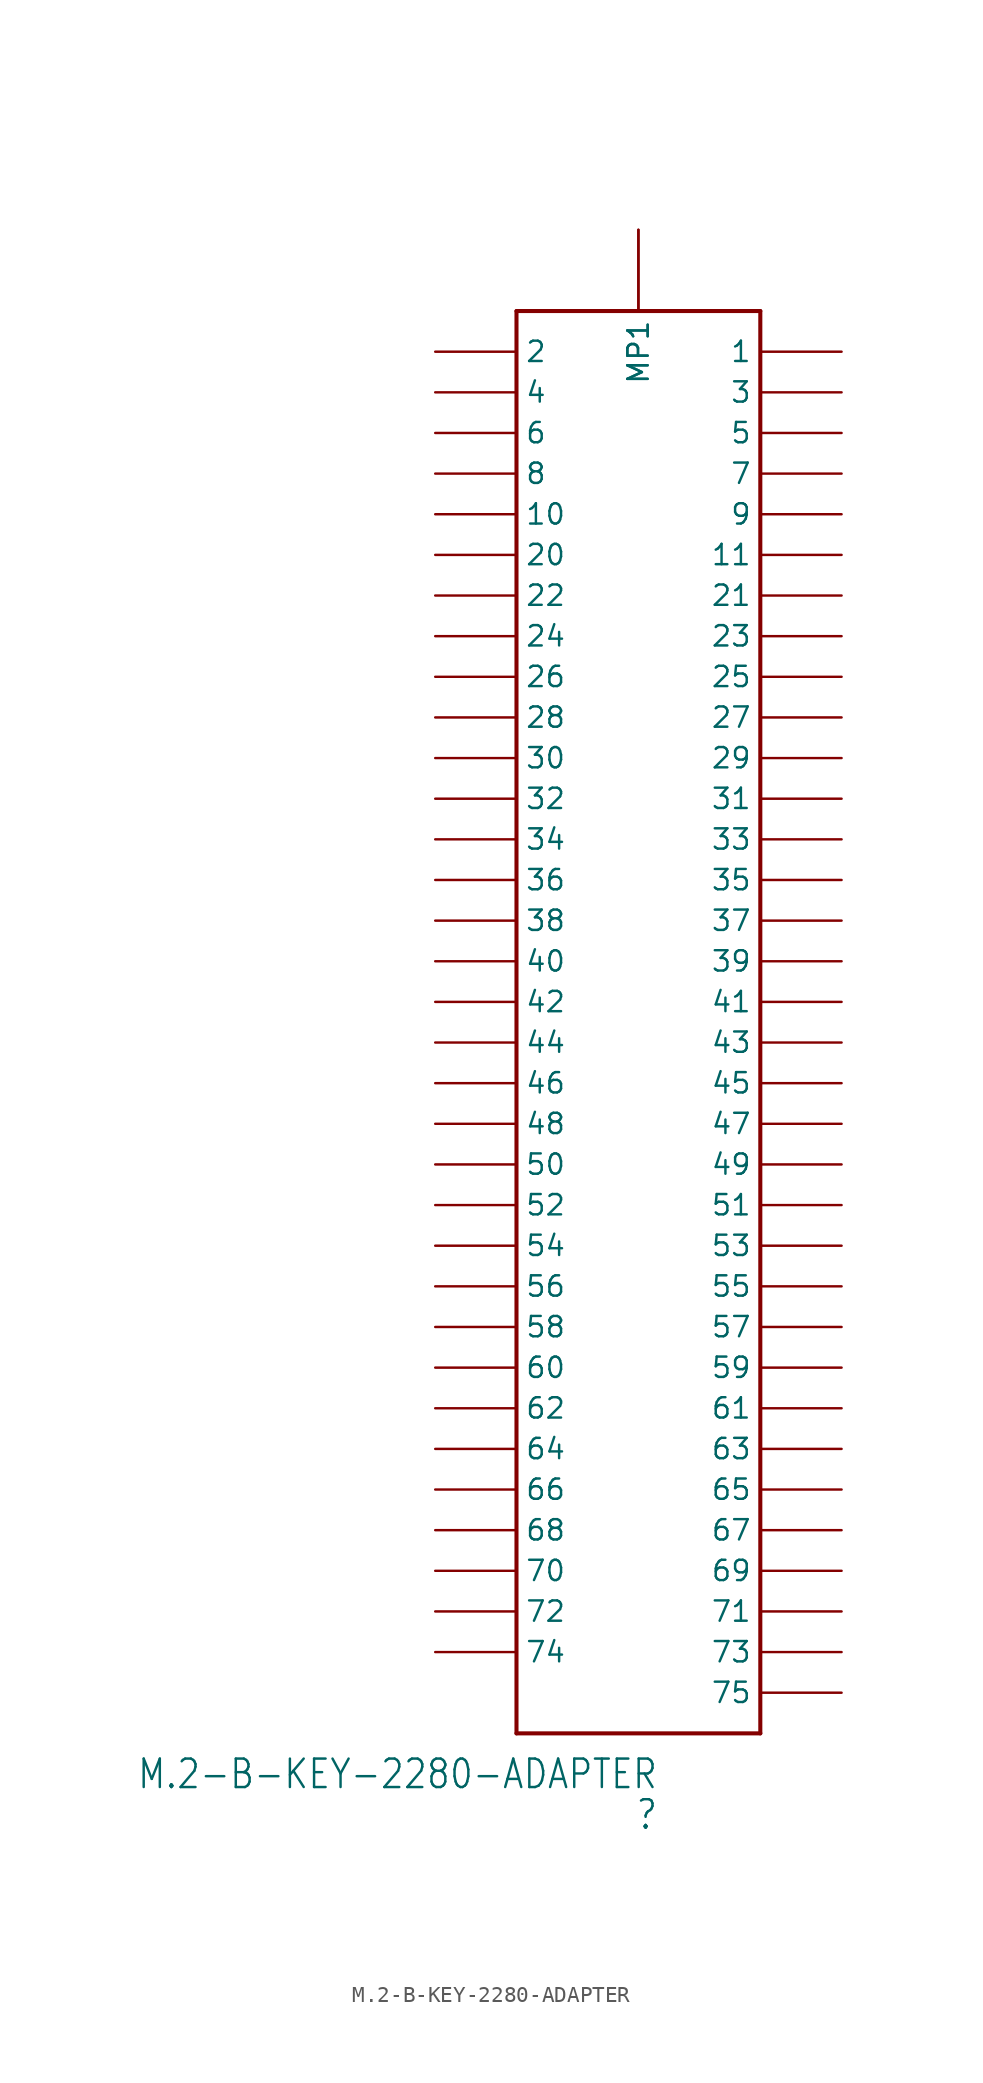
<source format=kicad_sym>
(kicad_symbol_lib
  (version 20200908)
  (generator kicad_symbol_editor)
  (symbol "M.2-B-KEY-2280-ADAPTER"
    (property "Reference" ""
      (at 8.89 -5.08 0)
      (effects (font (size 1.778 1.511)) (justify right)))
    (property "Value" "M.2-B-KEY-2280-ADAPTER"
      (at 8.89 -2.54 0)
      (effects (font (size 1.778 1.511)) (justify right)))
    (property "ki_locked" ""
      (at 0 0 0)
      (effects (font (size 1.27 1.27))))
    (symbol "M.2-B-KEY-2280-ADAPTER_1_0"
      (polyline (pts (xy 15.24 88.9) (xy 15.24 0)) (stroke (width 0.254)) (fill (type none)))
      (polyline (pts (xy 0 0) (xy 15.24 0)) (stroke (width 0.254)) (fill (type none)))
      (polyline (pts (xy 0 0) (xy 0 88.9)) (stroke (width 0.254)) (fill (type none)))
      (polyline (pts (xy 15.24 88.9) (xy 0 88.9)) (stroke (width 0.254)) (fill (type none)))
      (pin bidirectional line (at 20.32 86.36 180) (length 5.08) (name "1" (effects (font (size 1.27 1.27)))) (number "P$1" (effects (font (size 0 0)))))
      (pin bidirectional line (at -5.08 86.36 0) (length 5.08) (name "2" (effects (font (size 1.27 1.27)))) (number "P$2" (effects (font (size 0 0)))))
      (pin bidirectional line (at 20.32 83.82 180) (length 5.08) (name "3" (effects (font (size 1.27 1.27)))) (number "P$3" (effects (font (size 0 0)))))
      (pin bidirectional line (at -5.08 83.82 0) (length 5.08) (name "4" (effects (font (size 1.27 1.27)))) (number "P$4" (effects (font (size 0 0)))))
      (pin bidirectional line (at 20.32 81.28 180) (length 5.08) (name "5" (effects (font (size 1.27 1.27)))) (number "P$5" (effects (font (size 0 0)))))
      (pin bidirectional line (at -5.08 81.28 0) (length 5.08) (name "6" (effects (font (size 1.27 1.27)))) (number "P$6" (effects (font (size 0 0)))))
      (pin bidirectional line (at 20.32 78.74 180) (length 5.08) (name "7" (effects (font (size 1.27 1.27)))) (number "P$7" (effects (font (size 0 0)))))
      (pin bidirectional line (at -5.08 78.74 0) (length 5.08) (name "8" (effects (font (size 1.27 1.27)))) (number "P$8" (effects (font (size 0 0)))))
      (pin bidirectional line (at 20.32 76.2 180) (length 5.08) (name "9" (effects (font (size 1.27 1.27)))) (number "P$9" (effects (font (size 0 0)))))
      (pin bidirectional line (at -5.08 76.2 0) (length 5.08) (name "10" (effects (font (size 1.27 1.27)))) (number "P$10" (effects (font (size 0 0)))))
      (pin bidirectional line (at 20.32 73.66 180) (length 5.08) (name "11" (effects (font (size 1.27 1.27)))) (number "P$11" (effects (font (size 0 0)))))
      (pin bidirectional line (at -5.08 73.66 0) (length 5.08) (name "20" (effects (font (size 1.27 1.27)))) (number "P$20" (effects (font (size 0 0)))))
      (pin bidirectional line (at 20.32 71.12 180) (length 5.08) (name "21" (effects (font (size 1.27 1.27)))) (number "P$21" (effects (font (size 0 0)))))
      (pin bidirectional line (at -5.08 71.12 0) (length 5.08) (name "22" (effects (font (size 1.27 1.27)))) (number "P$22" (effects (font (size 0 0)))))
      (pin bidirectional line (at 20.32 68.58 180) (length 5.08) (name "23" (effects (font (size 1.27 1.27)))) (number "P$23" (effects (font (size 0 0)))))
      (pin bidirectional line (at -5.08 68.58 0) (length 5.08) (name "24" (effects (font (size 1.27 1.27)))) (number "P$24" (effects (font (size 0 0)))))
      (pin bidirectional line (at 20.32 66.04 180) (length 5.08) (name "25" (effects (font (size 1.27 1.27)))) (number "P$25" (effects (font (size 0 0)))))
      (pin bidirectional line (at -5.08 66.04 0) (length 5.08) (name "26" (effects (font (size 1.27 1.27)))) (number "P$26" (effects (font (size 0 0)))))
      (pin bidirectional line (at 20.32 63.5 180) (length 5.08) (name "27" (effects (font (size 1.27 1.27)))) (number "P$27" (effects (font (size 0 0)))))
      (pin bidirectional line (at -5.08 63.5 0) (length 5.08) (name "28" (effects (font (size 1.27 1.27)))) (number "P$28" (effects (font (size 0 0)))))
      (pin bidirectional line (at 20.32 60.96 180) (length 5.08) (name "29" (effects (font (size 1.27 1.27)))) (number "P$29" (effects (font (size 0 0)))))
      (pin bidirectional line (at -5.08 60.96 0) (length 5.08) (name "30" (effects (font (size 1.27 1.27)))) (number "P$30" (effects (font (size 0 0)))))
      (pin bidirectional line (at 20.32 58.42 180) (length 5.08) (name "31" (effects (font (size 1.27 1.27)))) (number "P$31" (effects (font (size 0 0)))))
      (pin bidirectional line (at -5.08 58.42 0) (length 5.08) (name "32" (effects (font (size 1.27 1.27)))) (number "P$32" (effects (font (size 0 0)))))
      (pin bidirectional line (at 20.32 55.88 180) (length 5.08) (name "33" (effects (font (size 1.27 1.27)))) (number "P$33" (effects (font (size 0 0)))))
      (pin bidirectional line (at -5.08 55.88 0) (length 5.08) (name "34" (effects (font (size 1.27 1.27)))) (number "P$34" (effects (font (size 0 0)))))
      (pin bidirectional line (at 20.32 53.34 180) (length 5.08) (name "35" (effects (font (size 1.27 1.27)))) (number "P$35" (effects (font (size 0 0)))))
      (pin bidirectional line (at -5.08 53.34 0) (length 5.08) (name "36" (effects (font (size 1.27 1.27)))) (number "P$36" (effects (font (size 0 0)))))
      (pin bidirectional line (at 20.32 50.8 180) (length 5.08) (name "37" (effects (font (size 1.27 1.27)))) (number "P$37" (effects (font (size 0 0)))))
      (pin bidirectional line (at -5.08 50.8 0) (length 5.08) (name "38" (effects (font (size 1.27 1.27)))) (number "P$38" (effects (font (size 0 0)))))
      (pin bidirectional line (at 20.32 48.26 180) (length 5.08) (name "39" (effects (font (size 1.27 1.27)))) (number "P$39" (effects (font (size 0 0)))))
      (pin bidirectional line (at -5.08 48.26 0) (length 5.08) (name "40" (effects (font (size 1.27 1.27)))) (number "P$40" (effects (font (size 0 0)))))
      (pin bidirectional line (at 20.32 45.72 180) (length 5.08) (name "41" (effects (font (size 1.27 1.27)))) (number "P$41" (effects (font (size 0 0)))))
      (pin bidirectional line (at -5.08 45.72 0) (length 5.08) (name "42" (effects (font (size 1.27 1.27)))) (number "P$42" (effects (font (size 0 0)))))
      (pin bidirectional line (at 20.32 43.18 180) (length 5.08) (name "43" (effects (font (size 1.27 1.27)))) (number "P$43" (effects (font (size 0 0)))))
      (pin bidirectional line (at -5.08 43.18 0) (length 5.08) (name "44" (effects (font (size 1.27 1.27)))) (number "P$44" (effects (font (size 0 0)))))
      (pin bidirectional line (at 20.32 40.64 180) (length 5.08) (name "45" (effects (font (size 1.27 1.27)))) (number "P$45" (effects (font (size 0 0)))))
      (pin bidirectional line (at -5.08 40.64 0) (length 5.08) (name "46" (effects (font (size 1.27 1.27)))) (number "P$46" (effects (font (size 0 0)))))
      (pin bidirectional line (at 20.32 38.1 180) (length 5.08) (name "47" (effects (font (size 1.27 1.27)))) (number "P$47" (effects (font (size 0 0)))))
      (pin bidirectional line (at -5.08 38.1 0) (length 5.08) (name "48" (effects (font (size 1.27 1.27)))) (number "P$48" (effects (font (size 0 0)))))
      (pin bidirectional line (at 20.32 35.56 180) (length 5.08) (name "49" (effects (font (size 1.27 1.27)))) (number "P$49" (effects (font (size 0 0)))))
      (pin bidirectional line (at -5.08 35.56 0) (length 5.08) (name "50" (effects (font (size 1.27 1.27)))) (number "P$50" (effects (font (size 0 0)))))
      (pin bidirectional line (at 20.32 33.02 180) (length 5.08) (name "51" (effects (font (size 1.27 1.27)))) (number "P$51" (effects (font (size 0 0)))))
      (pin bidirectional line (at -5.08 33.02 0) (length 5.08) (name "52" (effects (font (size 1.27 1.27)))) (number "P$52" (effects (font (size 0 0)))))
      (pin bidirectional line (at 20.32 30.48 180) (length 5.08) (name "53" (effects (font (size 1.27 1.27)))) (number "P$53" (effects (font (size 0 0)))))
      (pin bidirectional line (at -5.08 30.48 0) (length 5.08) (name "54" (effects (font (size 1.27 1.27)))) (number "P$54" (effects (font (size 0 0)))))
      (pin bidirectional line (at 20.32 27.94 180) (length 5.08) (name "55" (effects (font (size 1.27 1.27)))) (number "P$55" (effects (font (size 0 0)))))
      (pin bidirectional line (at -5.08 27.94 0) (length 5.08) (name "56" (effects (font (size 1.27 1.27)))) (number "P$56" (effects (font (size 0 0)))))
      (pin bidirectional line (at 20.32 25.4 180) (length 5.08) (name "57" (effects (font (size 1.27 1.27)))) (number "P$57" (effects (font (size 0 0)))))
      (pin bidirectional line (at -5.08 25.4 0) (length 5.08) (name "58" (effects (font (size 1.27 1.27)))) (number "P$58" (effects (font (size 0 0)))))
      (pin bidirectional line (at 20.32 22.86 180) (length 5.08) (name "59" (effects (font (size 1.27 1.27)))) (number "P$59" (effects (font (size 0 0)))))
      (pin bidirectional line (at -5.08 22.86 0) (length 5.08) (name "60" (effects (font (size 1.27 1.27)))) (number "P$60" (effects (font (size 0 0)))))
      (pin bidirectional line (at 20.32 20.32 180) (length 5.08) (name "61" (effects (font (size 1.27 1.27)))) (number "P$61" (effects (font (size 0 0)))))
      (pin bidirectional line (at -5.08 20.32 0) (length 5.08) (name "62" (effects (font (size 1.27 1.27)))) (number "P$62" (effects (font (size 0 0)))))
      (pin bidirectional line (at 20.32 17.78 180) (length 5.08) (name "63" (effects (font (size 1.27 1.27)))) (number "P$63" (effects (font (size 0 0)))))
      (pin bidirectional line (at -5.08 17.78 0) (length 5.08) (name "64" (effects (font (size 1.27 1.27)))) (number "P$64" (effects (font (size 0 0)))))
      (pin bidirectional line (at 20.32 15.24 180) (length 5.08) (name "65" (effects (font (size 1.27 1.27)))) (number "P$65" (effects (font (size 0 0)))))
      (pin bidirectional line (at -5.08 15.24 0) (length 5.08) (name "66" (effects (font (size 1.27 1.27)))) (number "P$66" (effects (font (size 0 0)))))
      (pin bidirectional line (at 20.32 12.7 180) (length 5.08) (name "67" (effects (font (size 1.27 1.27)))) (number "P$67" (effects (font (size 0 0)))))
      (pin bidirectional line (at -5.08 12.7 0) (length 5.08) (name "68" (effects (font (size 1.27 1.27)))) (number "P$68" (effects (font (size 0 0)))))
      (pin bidirectional line (at 20.32 10.16 180) (length 5.08) (name "69" (effects (font (size 1.27 1.27)))) (number "P$69" (effects (font (size 0 0)))))
      (pin bidirectional line (at -5.08 10.16 0) (length 5.08) (name "70" (effects (font (size 1.27 1.27)))) (number "P$70" (effects (font (size 0 0)))))
      (pin bidirectional line (at 20.32 7.62 180) (length 5.08) (name "71" (effects (font (size 1.27 1.27)))) (number "P$71" (effects (font (size 0 0)))))
      (pin bidirectional line (at -5.08 7.62 0) (length 5.08) (name "72" (effects (font (size 1.27 1.27)))) (number "P$72" (effects (font (size 0 0)))))
      (pin bidirectional line (at 20.32 5.08 180) (length 5.08) (name "73" (effects (font (size 1.27 1.27)))) (number "P$73" (effects (font (size 0 0)))))
      (pin bidirectional line (at -5.08 5.08 0) (length 5.08) (name "74" (effects (font (size 1.27 1.27)))) (number "P$74" (effects (font (size 0 0)))))
      (pin bidirectional line (at 20.32 2.54 180) (length 5.08) (name "75" (effects (font (size 1.27 1.27)))) (number "P$75" (effects (font (size 0 0)))))
      (pin bidirectional line (at 7.62 93.98 270) (length 5.08) (name "MP1" (effects (font (size 1.27 1.27)))) (number "MOUNTING-HOLE" (effects (font (size 0 0)))))
      (pin bidirectional line (at 7.62 93.98 270) (length 5.08) (name "MP1" (effects (font (size 1.27 1.27)))) (number "MOUNTING-HOLE2" (effects (font (size 0 0))))))))
</source>
